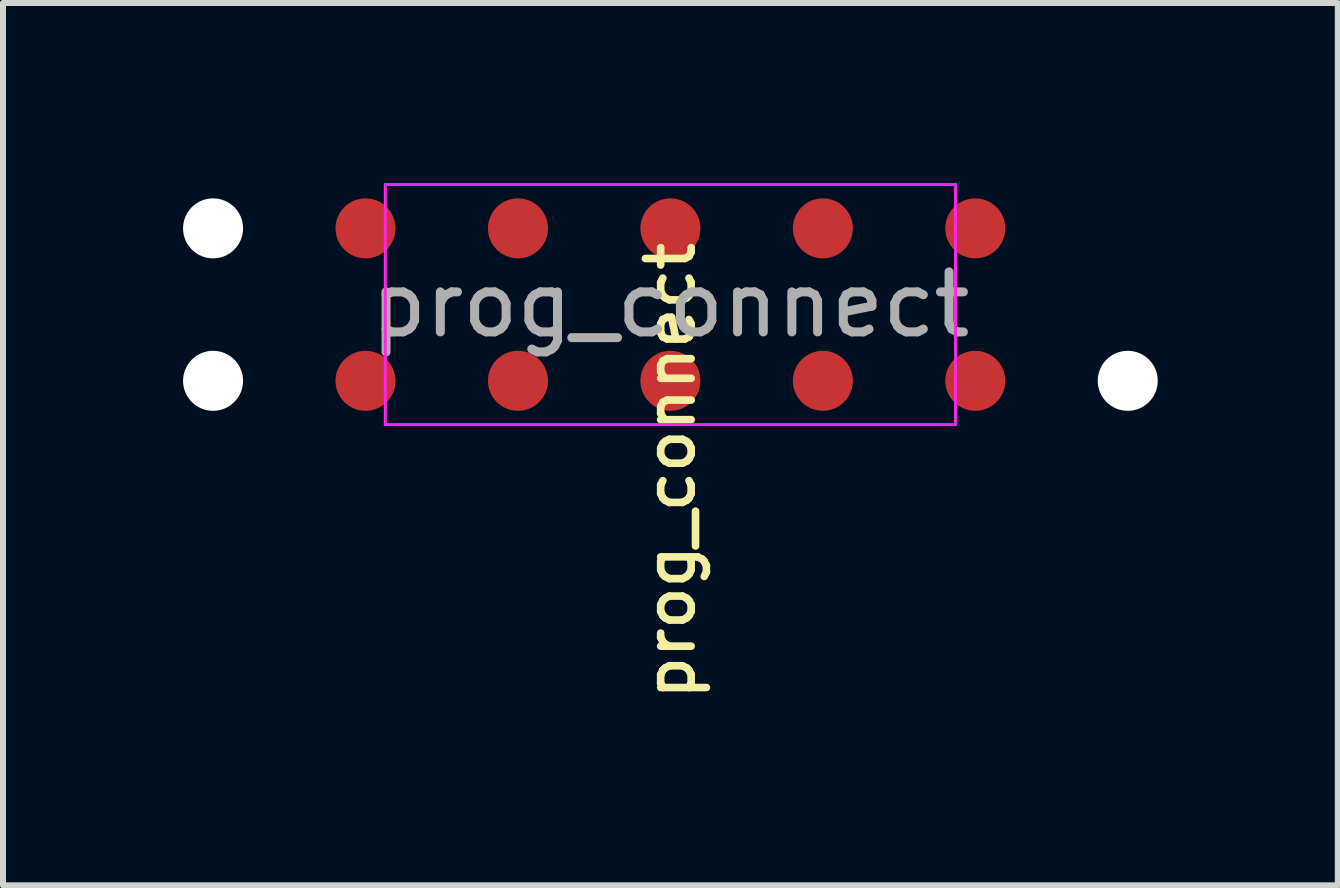
<source format=kicad_pcb>
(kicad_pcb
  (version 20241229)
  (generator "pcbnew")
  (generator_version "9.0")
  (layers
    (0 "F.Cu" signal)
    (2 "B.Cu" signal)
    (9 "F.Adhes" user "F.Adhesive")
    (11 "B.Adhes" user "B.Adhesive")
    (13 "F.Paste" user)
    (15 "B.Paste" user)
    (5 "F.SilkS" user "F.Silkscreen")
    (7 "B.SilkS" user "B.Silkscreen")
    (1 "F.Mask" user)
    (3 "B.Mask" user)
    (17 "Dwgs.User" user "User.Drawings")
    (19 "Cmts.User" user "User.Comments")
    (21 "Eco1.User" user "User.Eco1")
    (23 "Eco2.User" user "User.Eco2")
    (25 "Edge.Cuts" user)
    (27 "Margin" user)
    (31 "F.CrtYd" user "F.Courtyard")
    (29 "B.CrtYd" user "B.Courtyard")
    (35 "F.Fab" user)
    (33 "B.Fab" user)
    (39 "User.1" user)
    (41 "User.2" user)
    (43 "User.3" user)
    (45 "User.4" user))
  (footprint "prog_connect"
    (layer "F.Cu")
    (at 8.12 2.025)
    (property "Reference" "prog_connect" (at 0 2.77 90) (layer "F.SilkS") (effects (font (size 0.762 0.762) (thickness 0.127))))
    (attr exclude_from_pos_files exclude_from_bom)
    (fp_line (start -4.75 -2) (end 4.75 -2) (stroke (width 0.05) (type solid)) (layer "F.CrtYd"))
    (fp_line (start -4.75 2) (end -4.75 -2) (stroke (width 0.05) (type solid)) (layer "F.CrtYd"))
    (fp_line (start 4.75 -2) (end 4.75 2) (stroke (width 0.05) (type solid)) (layer "F.CrtYd"))
    (fp_line (start 4.75 2) (end -4.75 2) (stroke (width 0.05) (type solid)) (layer "F.CrtYd"))
    (fp_text user "${REFERENCE}" (at 0 0 0) (layer "F.Fab") (effects (font (size 1 1) (thickness 0.15))))
    (pad "" np_thru_hole circle (at -7.62 -1.27) (size 1 1) (drill 1) (layers "*.Cu" "*.Mask"))
    (pad "" np_thru_hole circle (at -7.62 1.27) (size 1 1) (drill 1) (layers "*.Cu" "*.Mask"))
    (pad "" np_thru_hole circle (at 7.62 1.27) (size 1 1) (drill 1) (layers "*.Cu" "*.Mask"))
    (pad "1" connect circle (at -5.08 1.27) (size 1 1) (layers "F.Cu" "F.Mask"))
    (pad "2" connect circle (at -5.08 -1.27) (size 1 1) (layers "F.Cu" "F.Mask"))
    (pad "3" connect circle (at -2.54 1.27) (size 1 1) (layers "F.Cu" "F.Mask"))
    (pad "4" connect circle (at -2.54 -1.27) (size 1 1) (layers "F.Cu" "F.Mask"))
    (pad "5" connect circle (at 0 1.27) (size 1 1) (layers "F.Cu" "F.Mask"))
    (pad "6" connect circle (at 0 -1.27) (size 1 1) (layers "F.Cu" "F.Mask"))
    (pad "7" connect circle (at 2.54 1.27) (size 1 1) (layers "F.Cu" "F.Mask"))
    (pad "8" connect circle (at 2.54 -1.27) (size 1 1) (layers "F.Cu" "F.Mask"))
    (pad "9" connect circle (at 5.08 1.27) (size 1 1) (layers "F.Cu" "F.Mask"))
    (pad "10" connect circle (at 5.08 -1.27) (size 1 1) (layers "F.Cu" "F.Mask")))
  (gr_rect
    (start -3 -3)
    (end 19.24 11.701)
    (stroke (width 0.1) (type default))
    (fill no)
    (layer "Edge.Cuts")))
</source>
